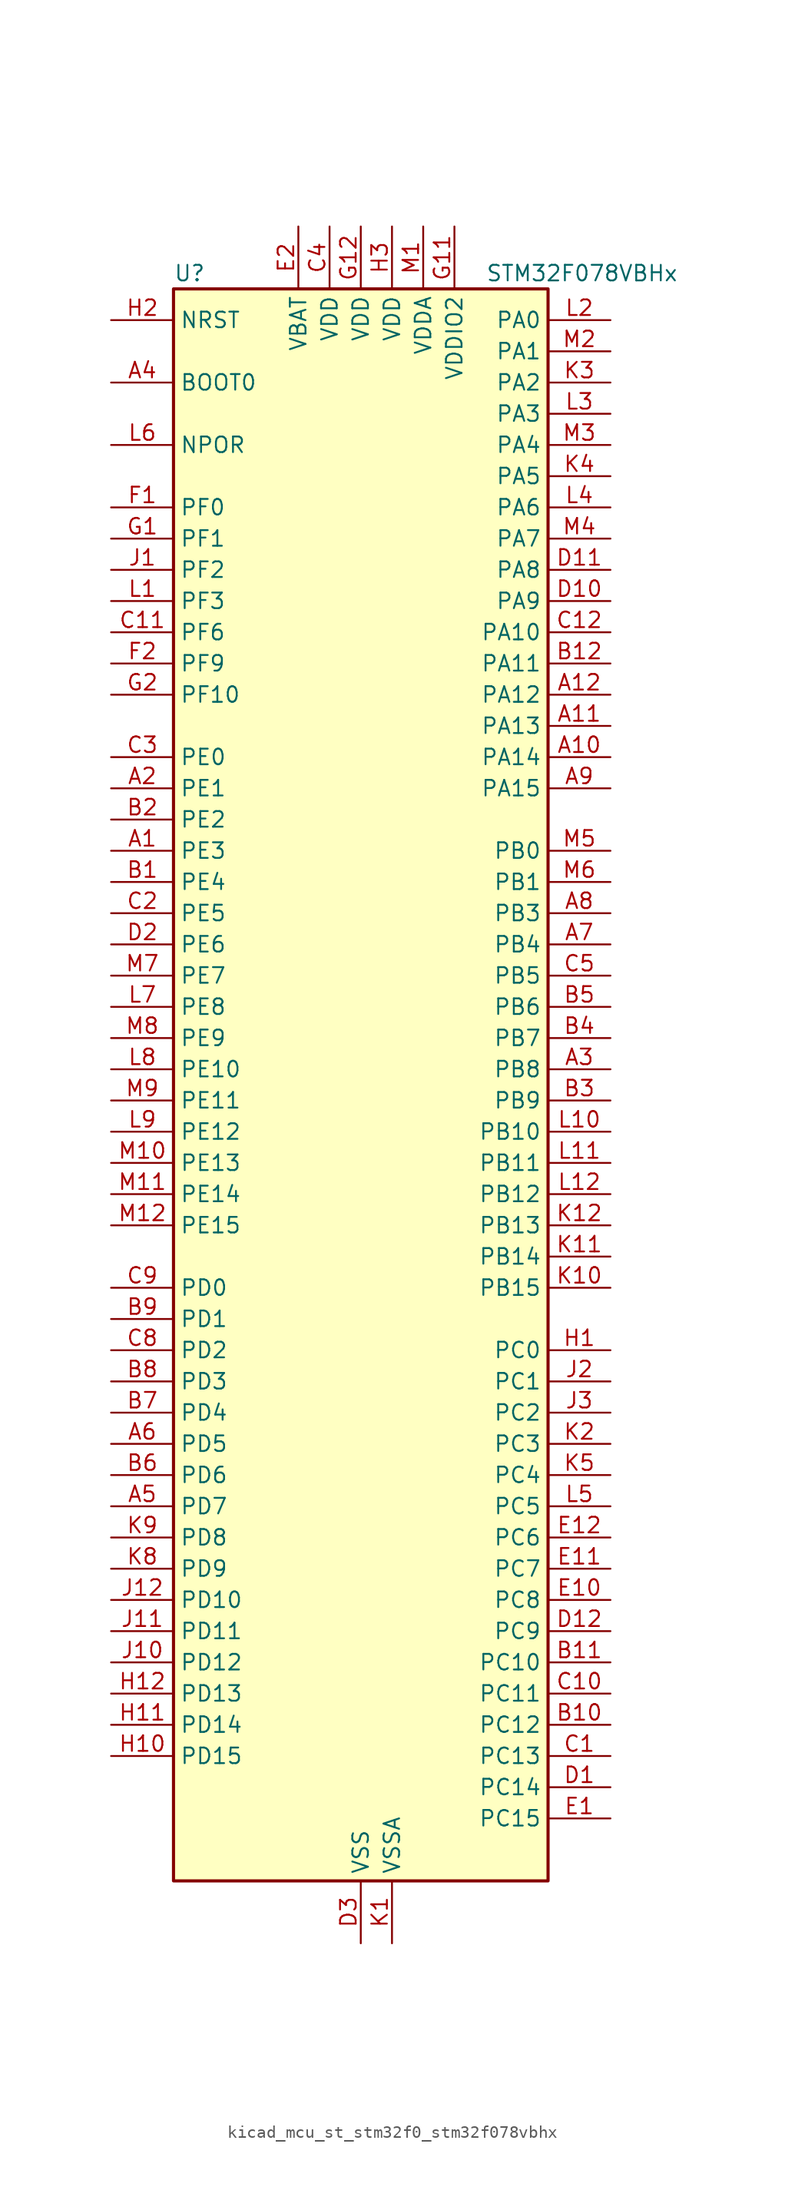
<source format=kicad_sym>
(kicad_symbol_lib
  (version 20220914)
  (generator kicad_symbol_editor)
  (symbol "kicad_mcu_st_stm32f0_stm32f078vbhx"
    (property "Reference" "U"
      (at -15.24 67.31 0)
      (effects (font (size 1.27 1.27)) (justify left)))
    (property "Value" "STM32F078VBHx"
      (at 10.16 67.31 0)
      (effects (font (size 1.27 1.27)) (justify left)))
    (property "ki_locked" ""
      (at 0 0 0)
      (effects (font (size 1.27 1.27))))
    (symbol "kicad_mcu_st_stm32f0_stm32f078vbhx_0_1"
      (rectangle (start -15.24 -63.5) (end 15.24 66.04) (stroke (width 0.254) (type default)) (fill (type background))))
    (symbol "kicad_mcu_st_stm32f0_stm32f078vbhx_1_1"
      (pin bidirectional line (at -20.32 20.32 0) (length 5.08) (name "PE3" (effects (font (size 1.27 1.27)))) (number "A1" (effects (font (size 1.27 1.27)))) (alternate "TIM3_CH1" bidirectional line) (alternate "TSC_G7_IO2" bidirectional line))
      (pin bidirectional line (at 20.32 27.94 180) (length 5.08) (name "PA14" (effects (font (size 1.27 1.27)))) (number "A10" (effects (font (size 1.27 1.27)))) (alternate "SYS_SWCLK" bidirectional line) (alternate "USART2_TX" bidirectional line))
      (pin bidirectional line (at 20.32 30.48 180) (length 5.08) (name "PA13" (effects (font (size 1.27 1.27)))) (number "A11" (effects (font (size 1.27 1.27)))) (alternate "IR_OUT" bidirectional line) (alternate "SYS_SWDIO" bidirectional line) (alternate "USB_NOE" bidirectional line))
      (pin bidirectional line (at 20.32 33.02 180) (length 5.08) (name "PA12" (effects (font (size 1.27 1.27)))) (number "A12" (effects (font (size 1.27 1.27)))) (alternate "COMP2_OUT" bidirectional line) (alternate "TIM1_ETR" bidirectional line) (alternate "TSC_G4_IO4" bidirectional line) (alternate "USART1_DE" bidirectional line) (alternate "USART1_RTS" bidirectional line) (alternate "USB_DP" bidirectional line))
      (pin bidirectional line (at -20.32 25.4 0) (length 5.08) (name "PE1" (effects (font (size 1.27 1.27)))) (number "A2" (effects (font (size 1.27 1.27)))) (alternate "TIM17_CH1" bidirectional line))
      (pin bidirectional line (at 20.32 2.54 180) (length 5.08) (name "PB8" (effects (font (size 1.27 1.27)))) (number "A3" (effects (font (size 1.27 1.27)))) (alternate "CEC" bidirectional line) (alternate "I2C1_SCL" bidirectional line) (alternate "TIM16_CH1" bidirectional line) (alternate "TSC_SYNC" bidirectional line))
      (pin input line (at -20.32 58.42 0) (length 5.08) (name "BOOT0" (effects (font (size 1.27 1.27)))) (number "A4" (effects (font (size 1.27 1.27)))))
      (pin bidirectional line (at -20.32 -33.02 0) (length 5.08) (name "PD7" (effects (font (size 1.27 1.27)))) (number "A5" (effects (font (size 1.27 1.27)))) (alternate "USART2_CK" bidirectional line))
      (pin bidirectional line (at -20.32 -27.94 0) (length 5.08) (name "PD5" (effects (font (size 1.27 1.27)))) (number "A6" (effects (font (size 1.27 1.27)))) (alternate "USART2_TX" bidirectional line))
      (pin bidirectional line (at 20.32 12.7 180) (length 5.08) (name "PB4" (effects (font (size 1.27 1.27)))) (number "A7" (effects (font (size 1.27 1.27)))) (alternate "I2S1_MCK" bidirectional line) (alternate "SPI1_MISO" bidirectional line) (alternate "TIM17_BKIN" bidirectional line) (alternate "TIM3_CH1" bidirectional line) (alternate "TSC_G5_IO2" bidirectional line))
      (pin bidirectional line (at 20.32 15.24 180) (length 5.08) (name "PB3" (effects (font (size 1.27 1.27)))) (number "A8" (effects (font (size 1.27 1.27)))) (alternate "I2S1_CK" bidirectional line) (alternate "SPI1_SCK" bidirectional line) (alternate "TIM2_CH2" bidirectional line) (alternate "TSC_G5_IO1" bidirectional line))
      (pin bidirectional line (at 20.32 25.4 180) (length 5.08) (name "PA15" (effects (font (size 1.27 1.27)))) (number "A9" (effects (font (size 1.27 1.27)))) (alternate "I2S1_WS" bidirectional line) (alternate "SPI1_NSS" bidirectional line) (alternate "TIM2_CH1" bidirectional line) (alternate "TIM2_ETR" bidirectional line) (alternate "USART2_RX" bidirectional line) (alternate "USART4_DE" bidirectional line) (alternate "USART4_RTS" bidirectional line))
      (pin bidirectional line (at -20.32 17.78 0) (length 5.08) (name "PE4" (effects (font (size 1.27 1.27)))) (number "B1" (effects (font (size 1.27 1.27)))) (alternate "TIM3_CH2" bidirectional line) (alternate "TSC_G7_IO3" bidirectional line))
      (pin bidirectional line (at 20.32 -50.8 180) (length 5.08) (name "PC12" (effects (font (size 1.27 1.27)))) (number "B10" (effects (font (size 1.27 1.27)))) (alternate "USART3_CK" bidirectional line) (alternate "USART4_CK" bidirectional line))
      (pin bidirectional line (at 20.32 -45.72 180) (length 5.08) (name "PC10" (effects (font (size 1.27 1.27)))) (number "B11" (effects (font (size 1.27 1.27)))) (alternate "USART3_TX" bidirectional line) (alternate "USART4_TX" bidirectional line))
      (pin bidirectional line (at 20.32 35.56 180) (length 5.08) (name "PA11" (effects (font (size 1.27 1.27)))) (number "B12" (effects (font (size 1.27 1.27)))) (alternate "COMP1_OUT" bidirectional line) (alternate "TIM1_CH4" bidirectional line) (alternate "TSC_G4_IO3" bidirectional line) (alternate "USART1_CTS" bidirectional line) (alternate "USB_DM" bidirectional line))
      (pin bidirectional line (at -20.32 22.86 0) (length 5.08) (name "PE2" (effects (font (size 1.27 1.27)))) (number "B2" (effects (font (size 1.27 1.27)))) (alternate "TIM3_ETR" bidirectional line) (alternate "TSC_G7_IO1" bidirectional line))
      (pin bidirectional line (at 20.32 0 180) (length 5.08) (name "PB9" (effects (font (size 1.27 1.27)))) (number "B3" (effects (font (size 1.27 1.27)))) (alternate "DAC_EXTI9" bidirectional line) (alternate "I2C1_SDA" bidirectional line) (alternate "I2S2_WS" bidirectional line) (alternate "IR_OUT" bidirectional line) (alternate "SPI2_NSS" bidirectional line) (alternate "TIM17_CH1" bidirectional line))
      (pin bidirectional line (at 20.32 5.08 180) (length 5.08) (name "PB7" (effects (font (size 1.27 1.27)))) (number "B4" (effects (font (size 1.27 1.27)))) (alternate "I2C1_SDA" bidirectional line) (alternate "TIM17_CH1N" bidirectional line) (alternate "TSC_G5_IO4" bidirectional line) (alternate "USART1_RX" bidirectional line) (alternate "USART4_CTS" bidirectional line))
      (pin bidirectional line (at 20.32 7.62 180) (length 5.08) (name "PB6" (effects (font (size 1.27 1.27)))) (number "B5" (effects (font (size 1.27 1.27)))) (alternate "I2C1_SCL" bidirectional line) (alternate "TIM16_CH1N" bidirectional line) (alternate "TSC_G5_IO3" bidirectional line) (alternate "USART1_TX" bidirectional line))
      (pin bidirectional line (at -20.32 -30.48 0) (length 5.08) (name "PD6" (effects (font (size 1.27 1.27)))) (number "B6" (effects (font (size 1.27 1.27)))) (alternate "USART2_RX" bidirectional line))
      (pin bidirectional line (at -20.32 -25.4 0) (length 5.08) (name "PD4" (effects (font (size 1.27 1.27)))) (number "B7" (effects (font (size 1.27 1.27)))) (alternate "I2S2_SD" bidirectional line) (alternate "SPI2_MOSI" bidirectional line) (alternate "USART2_DE" bidirectional line) (alternate "USART2_RTS" bidirectional line))
      (pin bidirectional line (at -20.32 -22.86 0) (length 5.08) (name "PD3" (effects (font (size 1.27 1.27)))) (number "B8" (effects (font (size 1.27 1.27)))) (alternate "I2S2_MCK" bidirectional line) (alternate "SPI2_MISO" bidirectional line) (alternate "USART2_CTS" bidirectional line))
      (pin bidirectional line (at -20.32 -17.78 0) (length 5.08) (name "PD1" (effects (font (size 1.27 1.27)))) (number "B9" (effects (font (size 1.27 1.27)))) (alternate "I2S2_CK" bidirectional line) (alternate "SPI2_SCK" bidirectional line))
      (pin bidirectional line (at 20.32 -53.34 180) (length 5.08) (name "PC13" (effects (font (size 1.27 1.27)))) (number "C1" (effects (font (size 1.27 1.27)))) (alternate "RTC_OUT_ALARM" bidirectional line) (alternate "RTC_OUT_CALIB" bidirectional line) (alternate "RTC_TAMP1" bidirectional line) (alternate "RTC_TS" bidirectional line) (alternate "SYS_WKUP2" bidirectional line))
      (pin bidirectional line (at 20.32 -48.26 180) (length 5.08) (name "PC11" (effects (font (size 1.27 1.27)))) (number "C10" (effects (font (size 1.27 1.27)))) (alternate "USART3_RX" bidirectional line) (alternate "USART4_RX" bidirectional line))
      (pin bidirectional line (at -20.32 38.1 0) (length 5.08) (name "PF6" (effects (font (size 1.27 1.27)))) (number "C11" (effects (font (size 1.27 1.27)))))
      (pin bidirectional line (at 20.32 38.1 180) (length 5.08) (name "PA10" (effects (font (size 1.27 1.27)))) (number "C12" (effects (font (size 1.27 1.27)))) (alternate "TIM17_BKIN" bidirectional line) (alternate "TIM1_CH3" bidirectional line) (alternate "TSC_G4_IO2" bidirectional line) (alternate "USART1_RX" bidirectional line))
      (pin bidirectional line (at -20.32 15.24 0) (length 5.08) (name "PE5" (effects (font (size 1.27 1.27)))) (number "C2" (effects (font (size 1.27 1.27)))) (alternate "TIM3_CH3" bidirectional line) (alternate "TSC_G7_IO4" bidirectional line))
      (pin bidirectional line (at -20.32 27.94 0) (length 5.08) (name "PE0" (effects (font (size 1.27 1.27)))) (number "C3" (effects (font (size 1.27 1.27)))) (alternate "TIM16_CH1" bidirectional line))
      (pin power_in line (at -2.54 71.12 270) (length 5.08) (name "VDD" (effects (font (size 1.27 1.27)))) (number "C4" (effects (font (size 1.27 1.27)))))
      (pin bidirectional line (at 20.32 10.16 180) (length 5.08) (name "PB5" (effects (font (size 1.27 1.27)))) (number "C5" (effects (font (size 1.27 1.27)))) (alternate "I2C1_SMBA" bidirectional line) (alternate "I2S1_SD" bidirectional line) (alternate "SPI1_MOSI" bidirectional line) (alternate "SYS_WKUP6" bidirectional line) (alternate "TIM16_BKIN" bidirectional line) (alternate "TIM3_CH2" bidirectional line))
      (pin bidirectional line (at -20.32 -20.32 0) (length 5.08) (name "PD2" (effects (font (size 1.27 1.27)))) (number "C8" (effects (font (size 1.27 1.27)))) (alternate "TIM3_ETR" bidirectional line) (alternate "USART3_DE" bidirectional line) (alternate "USART3_RTS" bidirectional line))
      (pin bidirectional line (at -20.32 -15.24 0) (length 5.08) (name "PD0" (effects (font (size 1.27 1.27)))) (number "C9" (effects (font (size 1.27 1.27)))) (alternate "I2S2_WS" bidirectional line) (alternate "SPI2_NSS" bidirectional line))
      (pin bidirectional line (at 20.32 -55.88 180) (length 5.08) (name "PC14" (effects (font (size 1.27 1.27)))) (number "D1" (effects (font (size 1.27 1.27)))) (alternate "RCC_OSC32_IN" bidirectional line))
      (pin bidirectional line (at 20.32 40.64 180) (length 5.08) (name "PA9" (effects (font (size 1.27 1.27)))) (number "D10" (effects (font (size 1.27 1.27)))) (alternate "DAC_EXTI9" bidirectional line) (alternate "TIM15_BKIN" bidirectional line) (alternate "TIM1_CH2" bidirectional line) (alternate "TSC_G4_IO1" bidirectional line) (alternate "USART1_TX" bidirectional line))
      (pin bidirectional line (at 20.32 43.18 180) (length 5.08) (name "PA8" (effects (font (size 1.27 1.27)))) (number "D11" (effects (font (size 1.27 1.27)))) (alternate "CRS_SYNC" bidirectional line) (alternate "RCC_MCO" bidirectional line) (alternate "TIM1_CH1" bidirectional line) (alternate "USART1_CK" bidirectional line))
      (pin bidirectional line (at 20.32 -43.18 180) (length 5.08) (name "PC9" (effects (font (size 1.27 1.27)))) (number "D12" (effects (font (size 1.27 1.27)))) (alternate "DAC_EXTI9" bidirectional line) (alternate "TIM3_CH4" bidirectional line))
      (pin bidirectional line (at -20.32 12.7 0) (length 5.08) (name "PE6" (effects (font (size 1.27 1.27)))) (number "D2" (effects (font (size 1.27 1.27)))) (alternate "RTC_TAMP3" bidirectional line) (alternate "SYS_WKUP3" bidirectional line) (alternate "TIM3_CH4" bidirectional line))
      (pin power_in line (at 0 -68.58 90) (length 5.08) (name "VSS" (effects (font (size 1.27 1.27)))) (number "D3" (effects (font (size 1.27 1.27)))))
      (pin bidirectional line (at 20.32 -58.42 180) (length 5.08) (name "PC15" (effects (font (size 1.27 1.27)))) (number "E1" (effects (font (size 1.27 1.27)))) (alternate "RCC_OSC32_OUT" bidirectional line))
      (pin bidirectional line (at 20.32 -40.64 180) (length 5.08) (name "PC8" (effects (font (size 1.27 1.27)))) (number "E10" (effects (font (size 1.27 1.27)))) (alternate "TIM3_CH3" bidirectional line))
      (pin bidirectional line (at 20.32 -38.1 180) (length 5.08) (name "PC7" (effects (font (size 1.27 1.27)))) (number "E11" (effects (font (size 1.27 1.27)))) (alternate "TIM3_CH2" bidirectional line))
      (pin bidirectional line (at 20.32 -35.56 180) (length 5.08) (name "PC6" (effects (font (size 1.27 1.27)))) (number "E12" (effects (font (size 1.27 1.27)))) (alternate "TIM3_CH1" bidirectional line))
      (pin power_in line (at -5.08 71.12 270) (length 5.08) (name "VBAT" (effects (font (size 1.27 1.27)))) (number "E2" (effects (font (size 1.27 1.27)))))
      (pin no_connect line (at -15.24 -63.5 0) (length 5.08) hide (name "NC" (effects (font (size 1.27 1.27)))) (number "E3" (effects (font (size 1.27 1.27)))))
      (pin bidirectional line (at -20.32 48.26 0) (length 5.08) (name "PF0" (effects (font (size 1.27 1.27)))) (number "F1" (effects (font (size 1.27 1.27)))) (alternate "CRS_SYNC" bidirectional line) (alternate "RCC_OSC_IN" bidirectional line))
      (pin passive line (at 0 -68.58 90) (length 5.08) hide (name "VSS" (effects (font (size 1.27 1.27)))) (number "F11" (effects (font (size 1.27 1.27)))))
      (pin passive line (at 0 -68.58 90) (length 5.08) hide (name "VSS" (effects (font (size 1.27 1.27)))) (number "F12" (effects (font (size 1.27 1.27)))))
      (pin bidirectional line (at -20.32 35.56 0) (length 5.08) (name "PF9" (effects (font (size 1.27 1.27)))) (number "F2" (effects (font (size 1.27 1.27)))) (alternate "DAC_EXTI9" bidirectional line) (alternate "TIM15_CH1" bidirectional line))
      (pin bidirectional line (at -20.32 45.72 0) (length 5.08) (name "PF1" (effects (font (size 1.27 1.27)))) (number "G1" (effects (font (size 1.27 1.27)))) (alternate "RCC_OSC_OUT" bidirectional line))
      (pin power_in line (at 7.62 71.12 270) (length 5.08) (name "VDDIO2" (effects (font (size 1.27 1.27)))) (number "G11" (effects (font (size 1.27 1.27)))))
      (pin power_in line (at 0 71.12 270) (length 5.08) (name "VDD" (effects (font (size 1.27 1.27)))) (number "G12" (effects (font (size 1.27 1.27)))))
      (pin bidirectional line (at -20.32 33.02 0) (length 5.08) (name "PF10" (effects (font (size 1.27 1.27)))) (number "G2" (effects (font (size 1.27 1.27)))) (alternate "TIM15_CH2" bidirectional line))
      (pin bidirectional line (at 20.32 -20.32 180) (length 5.08) (name "PC0" (effects (font (size 1.27 1.27)))) (number "H1" (effects (font (size 1.27 1.27)))) (alternate "ADC_IN10" bidirectional line))
      (pin bidirectional line (at -20.32 -53.34 0) (length 5.08) (name "PD15" (effects (font (size 1.27 1.27)))) (number "H10" (effects (font (size 1.27 1.27)))) (alternate "CRS_SYNC" bidirectional line) (alternate "TSC_G8_IO4" bidirectional line))
      (pin bidirectional line (at -20.32 -50.8 0) (length 5.08) (name "PD14" (effects (font (size 1.27 1.27)))) (number "H11" (effects (font (size 1.27 1.27)))) (alternate "TSC_G8_IO3" bidirectional line))
      (pin bidirectional line (at -20.32 -48.26 0) (length 5.08) (name "PD13" (effects (font (size 1.27 1.27)))) (number "H12" (effects (font (size 1.27 1.27)))) (alternate "TSC_G8_IO2" bidirectional line))
      (pin input line (at -20.32 63.5 0) (length 5.08) (name "NRST" (effects (font (size 1.27 1.27)))) (number "H2" (effects (font (size 1.27 1.27)))))
      (pin power_in line (at 2.54 71.12 270) (length 5.08) (name "VDD" (effects (font (size 1.27 1.27)))) (number "H3" (effects (font (size 1.27 1.27)))))
      (pin bidirectional line (at -20.32 43.18 0) (length 5.08) (name "PF2" (effects (font (size 1.27 1.27)))) (number "J1" (effects (font (size 1.27 1.27)))) (alternate "SYS_WKUP8" bidirectional line))
      (pin bidirectional line (at -20.32 -45.72 0) (length 5.08) (name "PD12" (effects (font (size 1.27 1.27)))) (number "J10" (effects (font (size 1.27 1.27)))) (alternate "TSC_G8_IO1" bidirectional line) (alternate "USART3_DE" bidirectional line) (alternate "USART3_RTS" bidirectional line))
      (pin bidirectional line (at -20.32 -43.18 0) (length 5.08) (name "PD11" (effects (font (size 1.27 1.27)))) (number "J11" (effects (font (size 1.27 1.27)))) (alternate "USART3_CTS" bidirectional line))
      (pin bidirectional line (at -20.32 -40.64 0) (length 5.08) (name "PD10" (effects (font (size 1.27 1.27)))) (number "J12" (effects (font (size 1.27 1.27)))) (alternate "USART3_CK" bidirectional line))
      (pin bidirectional line (at 20.32 -22.86 180) (length 5.08) (name "PC1" (effects (font (size 1.27 1.27)))) (number "J2" (effects (font (size 1.27 1.27)))) (alternate "ADC_IN11" bidirectional line))
      (pin bidirectional line (at 20.32 -25.4 180) (length 5.08) (name "PC2" (effects (font (size 1.27 1.27)))) (number "J3" (effects (font (size 1.27 1.27)))) (alternate "ADC_IN12" bidirectional line) (alternate "I2S2_MCK" bidirectional line) (alternate "SPI2_MISO" bidirectional line))
      (pin power_in line (at 2.54 -68.58 90) (length 5.08) (name "VSSA" (effects (font (size 1.27 1.27)))) (number "K1" (effects (font (size 1.27 1.27)))))
      (pin bidirectional line (at 20.32 -15.24 180) (length 5.08) (name "PB15" (effects (font (size 1.27 1.27)))) (number "K10" (effects (font (size 1.27 1.27)))) (alternate "I2S2_SD" bidirectional line) (alternate "RTC_REFIN" bidirectional line) (alternate "SPI2_MOSI" bidirectional line) (alternate "SYS_WKUP7" bidirectional line) (alternate "TIM15_CH1N" bidirectional line) (alternate "TIM15_CH2" bidirectional line) (alternate "TIM1_CH3N" bidirectional line))
      (pin bidirectional line (at 20.32 -12.7 180) (length 5.08) (name "PB14" (effects (font (size 1.27 1.27)))) (number "K11" (effects (font (size 1.27 1.27)))) (alternate "I2C2_SDA" bidirectional line) (alternate "I2S2_MCK" bidirectional line) (alternate "SPI2_MISO" bidirectional line) (alternate "TIM15_CH1" bidirectional line) (alternate "TIM1_CH2N" bidirectional line) (alternate "TSC_G6_IO4" bidirectional line) (alternate "USART3_DE" bidirectional line) (alternate "USART3_RTS" bidirectional line))
      (pin bidirectional line (at 20.32 -10.16 180) (length 5.08) (name "PB13" (effects (font (size 1.27 1.27)))) (number "K12" (effects (font (size 1.27 1.27)))) (alternate "I2C2_SCL" bidirectional line) (alternate "I2S2_CK" bidirectional line) (alternate "SPI2_SCK" bidirectional line) (alternate "TIM1_CH1N" bidirectional line) (alternate "TSC_G6_IO3" bidirectional line) (alternate "USART3_CTS" bidirectional line))
      (pin bidirectional line (at 20.32 -27.94 180) (length 5.08) (name "PC3" (effects (font (size 1.27 1.27)))) (number "K2" (effects (font (size 1.27 1.27)))) (alternate "ADC_IN13" bidirectional line) (alternate "I2S2_SD" bidirectional line) (alternate "SPI2_MOSI" bidirectional line))
      (pin bidirectional line (at 20.32 58.42 180) (length 5.08) (name "PA2" (effects (font (size 1.27 1.27)))) (number "K3" (effects (font (size 1.27 1.27)))) (alternate "ADC_IN2" bidirectional line) (alternate "COMP2_INM" bidirectional line) (alternate "COMP2_OUT" bidirectional line) (alternate "SYS_WKUP4" bidirectional line) (alternate "TIM15_CH1" bidirectional line) (alternate "TIM2_CH3" bidirectional line) (alternate "TSC_G1_IO3" bidirectional line) (alternate "USART2_TX" bidirectional line))
      (pin bidirectional line (at 20.32 50.8 180) (length 5.08) (name "PA5" (effects (font (size 1.27 1.27)))) (number "K4" (effects (font (size 1.27 1.27)))) (alternate "ADC_IN5" bidirectional line) (alternate "CEC" bidirectional line) (alternate "COMP1_INM" bidirectional line) (alternate "COMP2_INM" bidirectional line) (alternate "DAC_OUT2" bidirectional line) (alternate "I2S1_CK" bidirectional line) (alternate "SPI1_SCK" bidirectional line) (alternate "TIM2_CH1" bidirectional line) (alternate "TIM2_ETR" bidirectional line) (alternate "TSC_G2_IO2" bidirectional line))
      (pin bidirectional line (at 20.32 -30.48 180) (length 5.08) (name "PC4" (effects (font (size 1.27 1.27)))) (number "K5" (effects (font (size 1.27 1.27)))) (alternate "ADC_IN14" bidirectional line) (alternate "USART3_TX" bidirectional line))
      (pin bidirectional line (at -20.32 -38.1 0) (length 5.08) (name "PD9" (effects (font (size 1.27 1.27)))) (number "K8" (effects (font (size 1.27 1.27)))) (alternate "DAC_EXTI9" bidirectional line) (alternate "USART3_RX" bidirectional line))
      (pin bidirectional line (at -20.32 -35.56 0) (length 5.08) (name "PD8" (effects (font (size 1.27 1.27)))) (number "K9" (effects (font (size 1.27 1.27)))) (alternate "USART3_TX" bidirectional line))
      (pin bidirectional line (at -20.32 40.64 0) (length 5.08) (name "PF3" (effects (font (size 1.27 1.27)))) (number "L1" (effects (font (size 1.27 1.27)))))
      (pin bidirectional line (at 20.32 -2.54 180) (length 5.08) (name "PB10" (effects (font (size 1.27 1.27)))) (number "L10" (effects (font (size 1.27 1.27)))) (alternate "CEC" bidirectional line) (alternate "I2C2_SCL" bidirectional line) (alternate "I2S2_CK" bidirectional line) (alternate "SPI2_SCK" bidirectional line) (alternate "TIM2_CH3" bidirectional line) (alternate "TSC_SYNC" bidirectional line) (alternate "USART3_TX" bidirectional line))
      (pin bidirectional line (at 20.32 -5.08 180) (length 5.08) (name "PB11" (effects (font (size 1.27 1.27)))) (number "L11" (effects (font (size 1.27 1.27)))) (alternate "I2C2_SDA" bidirectional line) (alternate "TIM2_CH4" bidirectional line) (alternate "TSC_G6_IO1" bidirectional line) (alternate "USART3_RX" bidirectional line))
      (pin bidirectional line (at 20.32 -7.62 180) (length 5.08) (name "PB12" (effects (font (size 1.27 1.27)))) (number "L12" (effects (font (size 1.27 1.27)))) (alternate "I2S2_WS" bidirectional line) (alternate "SPI2_NSS" bidirectional line) (alternate "TIM15_BKIN" bidirectional line) (alternate "TIM1_BKIN" bidirectional line) (alternate "TSC_G6_IO2" bidirectional line) (alternate "USART3_CK" bidirectional line))
      (pin bidirectional line (at 20.32 63.5 180) (length 5.08) (name "PA0" (effects (font (size 1.27 1.27)))) (number "L2" (effects (font (size 1.27 1.27)))) (alternate "ADC_IN0" bidirectional line) (alternate "COMP1_INM" bidirectional line) (alternate "COMP1_OUT" bidirectional line) (alternate "RTC_TAMP2" bidirectional line) (alternate "SYS_WKUP1" bidirectional line) (alternate "TIM2_CH1" bidirectional line) (alternate "TIM2_ETR" bidirectional line) (alternate "TSC_G1_IO1" bidirectional line) (alternate "USART2_CTS" bidirectional line) (alternate "USART4_TX" bidirectional line))
      (pin bidirectional line (at 20.32 55.88 180) (length 5.08) (name "PA3" (effects (font (size 1.27 1.27)))) (number "L3" (effects (font (size 1.27 1.27)))) (alternate "ADC_IN3" bidirectional line) (alternate "COMP2_INP" bidirectional line) (alternate "TIM15_CH2" bidirectional line) (alternate "TIM2_CH4" bidirectional line) (alternate "TSC_G1_IO4" bidirectional line) (alternate "USART2_RX" bidirectional line))
      (pin bidirectional line (at 20.32 48.26 180) (length 5.08) (name "PA6" (effects (font (size 1.27 1.27)))) (number "L4" (effects (font (size 1.27 1.27)))) (alternate "ADC_IN6" bidirectional line) (alternate "COMP1_OUT" bidirectional line) (alternate "I2S1_MCK" bidirectional line) (alternate "SPI1_MISO" bidirectional line) (alternate "TIM16_CH1" bidirectional line) (alternate "TIM1_BKIN" bidirectional line) (alternate "TIM3_CH1" bidirectional line) (alternate "TSC_G2_IO3" bidirectional line) (alternate "USART3_CTS" bidirectional line))
      (pin bidirectional line (at 20.32 -33.02 180) (length 5.08) (name "PC5" (effects (font (size 1.27 1.27)))) (number "L5" (effects (font (size 1.27 1.27)))) (alternate "ADC_IN15" bidirectional line) (alternate "SYS_WKUP5" bidirectional line) (alternate "TSC_G3_IO1" bidirectional line) (alternate "USART3_RX" bidirectional line))
      (pin input line (at -20.32 53.34 0) (length 5.08) (name "NPOR" (effects (font (size 1.27 1.27)))) (number "L6" (effects (font (size 1.27 1.27)))))
      (pin bidirectional line (at -20.32 7.62 0) (length 5.08) (name "PE8" (effects (font (size 1.27 1.27)))) (number "L7" (effects (font (size 1.27 1.27)))) (alternate "TIM1_CH1N" bidirectional line))
      (pin bidirectional line (at -20.32 2.54 0) (length 5.08) (name "PE10" (effects (font (size 1.27 1.27)))) (number "L8" (effects (font (size 1.27 1.27)))) (alternate "TIM1_CH2N" bidirectional line))
      (pin bidirectional line (at -20.32 -2.54 0) (length 5.08) (name "PE12" (effects (font (size 1.27 1.27)))) (number "L9" (effects (font (size 1.27 1.27)))) (alternate "I2S1_WS" bidirectional line) (alternate "SPI1_NSS" bidirectional line) (alternate "TIM1_CH3N" bidirectional line))
      (pin power_in line (at 5.08 71.12 270) (length 5.08) (name "VDDA" (effects (font (size 1.27 1.27)))) (number "M1" (effects (font (size 1.27 1.27)))))
      (pin bidirectional line (at -20.32 -5.08 0) (length 5.08) (name "PE13" (effects (font (size 1.27 1.27)))) (number "M10" (effects (font (size 1.27 1.27)))) (alternate "I2S1_CK" bidirectional line) (alternate "SPI1_SCK" bidirectional line) (alternate "TIM1_CH3" bidirectional line))
      (pin bidirectional line (at -20.32 -7.62 0) (length 5.08) (name "PE14" (effects (font (size 1.27 1.27)))) (number "M11" (effects (font (size 1.27 1.27)))) (alternate "I2S1_MCK" bidirectional line) (alternate "SPI1_MISO" bidirectional line) (alternate "TIM1_CH4" bidirectional line))
      (pin bidirectional line (at -20.32 -10.16 0) (length 5.08) (name "PE15" (effects (font (size 1.27 1.27)))) (number "M12" (effects (font (size 1.27 1.27)))) (alternate "I2S1_SD" bidirectional line) (alternate "SPI1_MOSI" bidirectional line) (alternate "TIM1_BKIN" bidirectional line))
      (pin bidirectional line (at 20.32 60.96 180) (length 5.08) (name "PA1" (effects (font (size 1.27 1.27)))) (number "M2" (effects (font (size 1.27 1.27)))) (alternate "ADC_IN1" bidirectional line) (alternate "COMP1_INP" bidirectional line) (alternate "TIM15_CH1N" bidirectional line) (alternate "TIM2_CH2" bidirectional line) (alternate "TSC_G1_IO2" bidirectional line) (alternate "USART2_DE" bidirectional line) (alternate "USART2_RTS" bidirectional line) (alternate "USART4_RX" bidirectional line))
      (pin bidirectional line (at 20.32 53.34 180) (length 5.08) (name "PA4" (effects (font (size 1.27 1.27)))) (number "M3" (effects (font (size 1.27 1.27)))) (alternate "ADC_IN4" bidirectional line) (alternate "COMP1_INM" bidirectional line) (alternate "COMP2_INM" bidirectional line) (alternate "DAC_OUT1" bidirectional line) (alternate "I2S1_WS" bidirectional line) (alternate "SPI1_NSS" bidirectional line) (alternate "TIM14_CH1" bidirectional line) (alternate "TSC_G2_IO1" bidirectional line) (alternate "USART2_CK" bidirectional line))
      (pin bidirectional line (at 20.32 45.72 180) (length 5.08) (name "PA7" (effects (font (size 1.27 1.27)))) (number "M4" (effects (font (size 1.27 1.27)))) (alternate "ADC_IN7" bidirectional line) (alternate "COMP2_OUT" bidirectional line) (alternate "I2S1_SD" bidirectional line) (alternate "SPI1_MOSI" bidirectional line) (alternate "TIM14_CH1" bidirectional line) (alternate "TIM17_CH1" bidirectional line) (alternate "TIM1_CH1N" bidirectional line) (alternate "TIM3_CH2" bidirectional line) (alternate "TSC_G2_IO4" bidirectional line))
      (pin bidirectional line (at 20.32 20.32 180) (length 5.08) (name "PB0" (effects (font (size 1.27 1.27)))) (number "M5" (effects (font (size 1.27 1.27)))) (alternate "ADC_IN8" bidirectional line) (alternate "TIM1_CH2N" bidirectional line) (alternate "TIM3_CH3" bidirectional line) (alternate "TSC_G3_IO2" bidirectional line) (alternate "USART3_CK" bidirectional line))
      (pin bidirectional line (at 20.32 17.78 180) (length 5.08) (name "PB1" (effects (font (size 1.27 1.27)))) (number "M6" (effects (font (size 1.27 1.27)))) (alternate "ADC_IN9" bidirectional line) (alternate "TIM14_CH1" bidirectional line) (alternate "TIM1_CH3N" bidirectional line) (alternate "TIM3_CH4" bidirectional line) (alternate "TSC_G3_IO3" bidirectional line) (alternate "USART3_DE" bidirectional line) (alternate "USART3_RTS" bidirectional line))
      (pin bidirectional line (at -20.32 10.16 0) (length 5.08) (name "PE7" (effects (font (size 1.27 1.27)))) (number "M7" (effects (font (size 1.27 1.27)))) (alternate "TIM1_ETR" bidirectional line))
      (pin bidirectional line (at -20.32 5.08 0) (length 5.08) (name "PE9" (effects (font (size 1.27 1.27)))) (number "M8" (effects (font (size 1.27 1.27)))) (alternate "DAC_EXTI9" bidirectional line) (alternate "TIM1_CH1" bidirectional line))
      (pin bidirectional line (at -20.32 0 0) (length 5.08) (name "PE11" (effects (font (size 1.27 1.27)))) (number "M9" (effects (font (size 1.27 1.27)))) (alternate "TIM1_CH2" bidirectional line)))))
</source>
